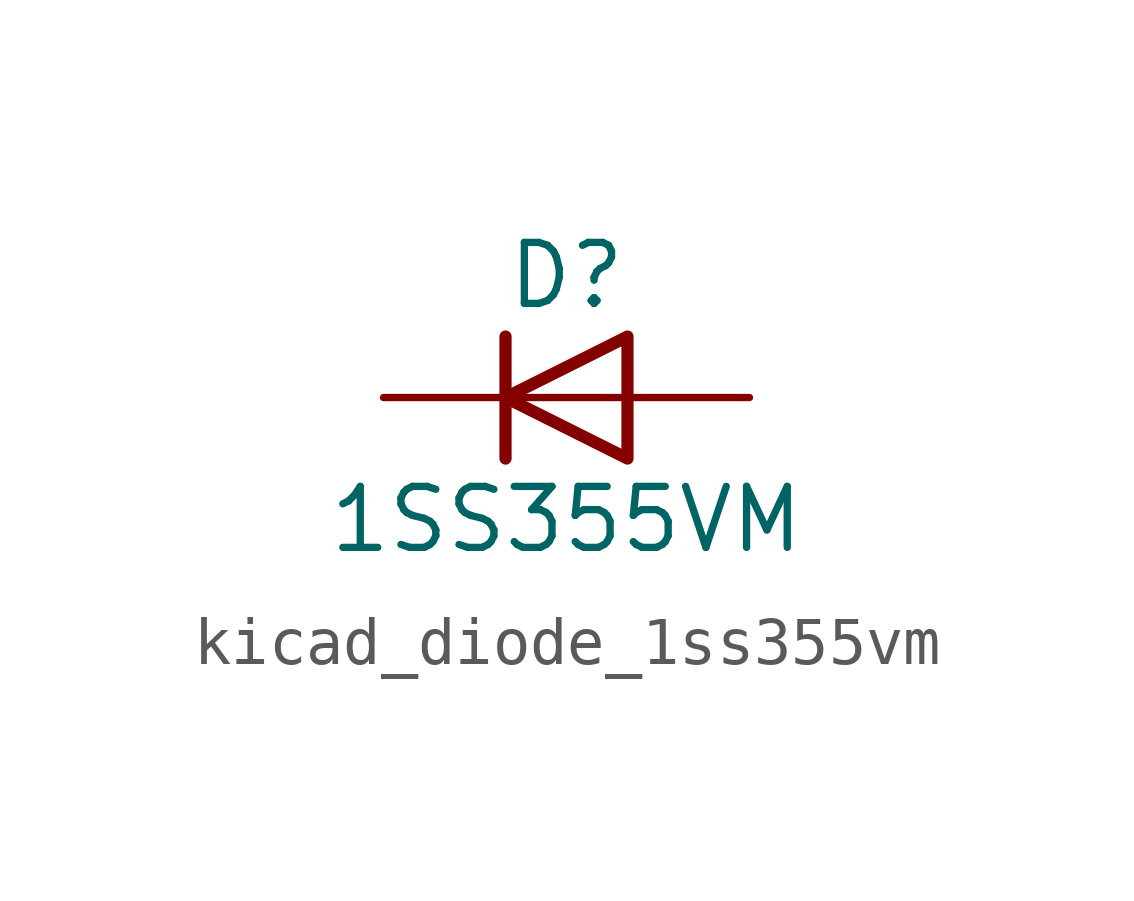
<source format=kicad_sym>
(kicad_symbol_lib
  (version 20220914)
  (generator kicad_symbol_editor)
  (symbol "kicad_diode_1ss355vm"
    (pin_numbers hide)
    (pin_names hide)
    (property "Reference" "D"
      (at 0 2.54 0)
      (effects (font (size 1.27 1.27))))
    (property "Value" "1SS355VM"
      (at 0 -2.54 0)
      (effects (font (size 1.27 1.27))))
    (symbol "kicad_diode_1ss355vm_0_1"
      (polyline (pts (xy -1.27 1.27) (xy -1.27 -1.27)) (stroke (width 0.254) (type default)) (fill (type none)))
      (polyline (pts (xy 1.27 0) (xy -1.27 0)) (stroke (width 0) (type default)) (fill (type none)))
      (polyline (pts (xy 1.27 1.27) (xy 1.27 -1.27) (xy -1.27 0) (xy 1.27 1.27)) (stroke (width 0.254) (type default)) (fill (type none))))
    (symbol "kicad_diode_1ss355vm_1_1"
      (pin passive line (at -3.81 0 0) (length 2.54) (name "K" (effects (font (size 1.27 1.27)))) (number "1" (effects (font (size 1.27 1.27)))))
      (pin passive line (at 3.81 0 180) (length 2.54) (name "A" (effects (font (size 1.27 1.27)))) (number "2" (effects (font (size 1.27 1.27))))))))
</source>
